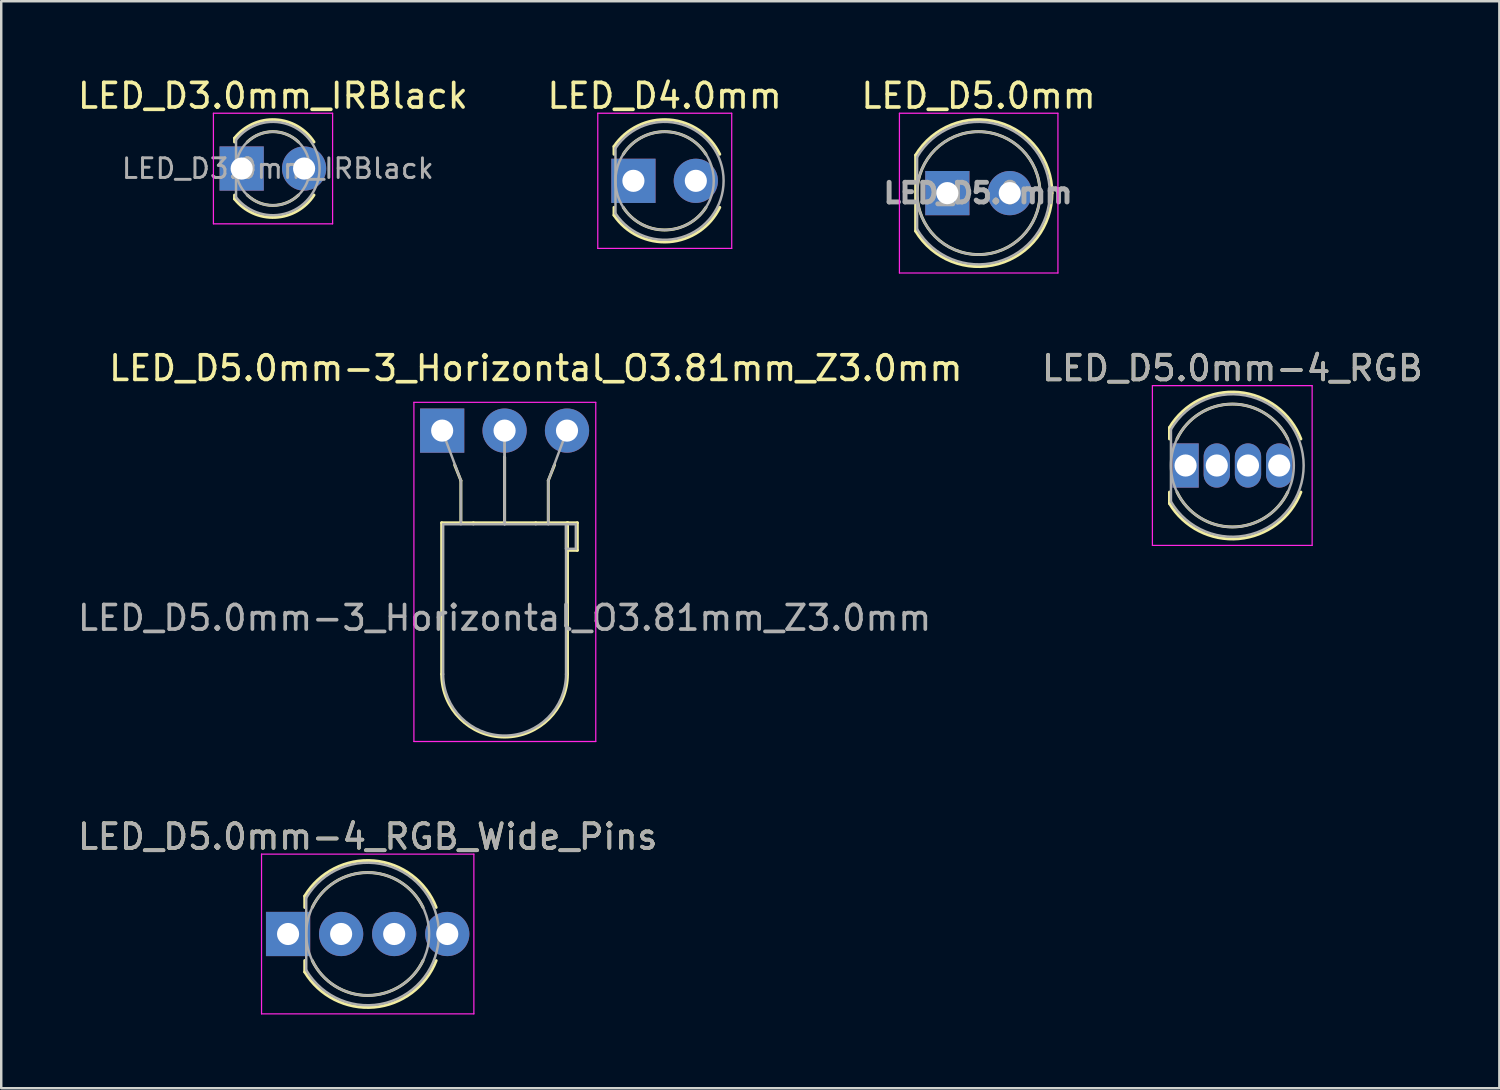
<source format=kicad_pcb>
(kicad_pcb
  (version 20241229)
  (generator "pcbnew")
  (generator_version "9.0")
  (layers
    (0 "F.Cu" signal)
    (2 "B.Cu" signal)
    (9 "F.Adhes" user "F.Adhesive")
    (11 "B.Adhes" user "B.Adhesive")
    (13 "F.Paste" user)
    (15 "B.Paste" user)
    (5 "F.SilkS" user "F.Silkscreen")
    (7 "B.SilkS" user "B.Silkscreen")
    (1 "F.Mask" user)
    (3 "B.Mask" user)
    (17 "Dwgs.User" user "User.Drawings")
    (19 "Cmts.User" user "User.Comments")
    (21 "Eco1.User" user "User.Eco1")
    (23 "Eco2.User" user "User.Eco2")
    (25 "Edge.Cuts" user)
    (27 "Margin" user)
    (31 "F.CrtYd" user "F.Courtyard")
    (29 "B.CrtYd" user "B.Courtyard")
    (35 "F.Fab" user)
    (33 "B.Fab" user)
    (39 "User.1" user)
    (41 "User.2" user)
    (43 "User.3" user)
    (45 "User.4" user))
  (footprint "LED_D5.0mm"
    (layer "F.Cu")
    (at 35.498 4.808)
    (property "Reference" "LED_D5.0mm" (at 1.27 -3.96 0) (layer "F.SilkS") (effects (font (size 1 1) (thickness 0.15))))
    (attr through_hole)
    (fp_line (start -1.29 -1.545) (end -1.29 1.545) (stroke (width 0.12) (type solid)) (layer "F.SilkS"))
    (fp_arc (start -1.29 -1.54483) (mid 2.072002 -2.880433) (end 4.26 0.000462) (stroke (width 0.12) (type solid)) (layer "F.SilkS"))
    (fp_arc (start 4.26 -0.000462) (mid 2.072002 2.880433) (end -1.29 1.54483) (stroke (width 0.12) (type solid)) (layer "F.SilkS"))
    (fp_circle (center 1.27 0) (end 3.77 0) (stroke (width 0.12) (type solid)) (fill no) (layer "F.SilkS"))
    (fp_line (start -1.95 -3.25) (end -1.95 3.25) (stroke (width 0.05) (type solid)) (layer "F.CrtYd"))
    (fp_line (start -1.95 3.25) (end 4.5 3.25) (stroke (width 0.05) (type solid)) (layer "F.CrtYd"))
    (fp_line (start 4.5 -3.25) (end -1.95 -3.25) (stroke (width 0.05) (type solid)) (layer "F.CrtYd"))
    (fp_line (start 4.5 3.25) (end 4.5 -3.25) (stroke (width 0.05) (type solid)) (layer "F.CrtYd"))
    (fp_line (start -1.23 -1.47) (end -1.23 1.47) (stroke (width 0.1) (type solid)) (layer "F.Fab"))
    (fp_arc (start -1.23 -1.469694) (mid 4.17 0.000016) (end -1.230016 1.469666) (stroke (width 0.1) (type solid)) (layer "F.Fab"))
    (fp_circle (center 1.27 0) (end 3.77 0) (stroke (width 0.1) (type solid)) (fill no) (layer "F.Fab"))
    (fp_text user "${REFERENCE}" (at 1.25 0 0) (layer "F.Fab") (effects (font (size 0.8 0.8) (thickness 0.2))))
    (pad "1" thru_hole rect (at 0 0) (size 1.8 1.8) (drill 0.9) (layers "*.Cu" "*.Mask"))
    (pad "2" thru_hole circle (at 2.54 0) (size 1.8 1.8) (drill 0.9) (layers "*.Cu" "*.Mask")))
  (footprint "LED_D5.0mm-4_RGB_Wide_Pins"
    (layer "F.Cu")
    (at 8.672 34.955)
    (property "Reference" "LED_D5.0mm-4_RGB_Wide_Pins" (at 3.239 -3.96 0) (layer "F.SilkS") (effects (font (size 1 1) (thickness 0.15))))
    (attr through_hole)
    (fp_line (start 0.678 -1.545) (end 0.678 -1.08) (stroke (width 0.12) (type solid)) (layer "F.SilkS"))
    (fp_line (start 0.678 1.08) (end 0.678 1.545) (stroke (width 0.12) (type solid)) (layer "F.SilkS"))
    (fp_arc (start 0.6785 -1.54483) (mid 3.496956 -2.978809) (end 6.026315 -1.080827) (stroke (width 0.12) (type solid)) (layer "F.SilkS"))
    (fp_arc (start 0.983816 -1.08) (mid 3.238262 -2.5) (end 5.492979 -1.080429) (stroke (width 0.12) (type solid)) (layer "F.SilkS"))
    (fp_arc (start 5.492979 1.080429) (mid 3.238262 2.5) (end 0.983816 1.08) (stroke (width 0.12) (type solid)) (layer "F.SilkS"))
    (fp_arc (start 6.026315 1.080827) (mid 3.496956 2.978808) (end 0.6785 1.54483) (stroke (width 0.12) (type solid)) (layer "F.SilkS"))
    (fp_line (start -1.08 -3.25) (end -1.08 3.25) (stroke (width 0.05) (type solid)) (layer "F.CrtYd"))
    (fp_line (start -1.08 3.25) (end 7.56 3.25) (stroke (width 0.05) (type solid)) (layer "F.CrtYd"))
    (fp_line (start 7.56 -3.25) (end -1.08 -3.25) (stroke (width 0.05) (type solid)) (layer "F.CrtYd"))
    (fp_line (start 7.56 3.25) (end 7.56 -3.25) (stroke (width 0.05) (type solid)) (layer "F.CrtYd"))
    (fp_line (start 0.739 -1.47) (end 0.739 1.47) (stroke (width 0.1) (type solid)) (layer "F.Fab"))
    (fp_arc (start 0.7385 -1.469694) (mid 6.1385 0.000016) (end 0.738484 1.469666) (stroke (width 0.1) (type solid)) (layer "F.Fab"))
    (fp_circle (center 3.239 0) (end 5.739 0) (stroke (width 0.1) (type solid)) (fill no) (layer "F.Fab"))
    (fp_text user "${REFERENCE}" (at 3.239 -3.96 0) (layer "F.Fab") (effects (font (size 1 1) (thickness 0.15))))
    (pad "1" thru_hole rect (at 0 0) (size 1.8 1.8) (drill 0.9) (layers "*.Cu" "*.Mask"))
    (pad "2" thru_hole circle (at 2.159 0) (size 1.8 1.8) (drill 0.9) (layers "*.Cu" "*.Mask"))
    (pad "3" thru_hole circle (at 4.318 0) (size 1.8 1.8) (drill 0.9) (layers "*.Cu" "*.Mask"))
    (pad "4" thru_hole circle (at 6.477 0) (size 1.8 1.8) (drill 0.9) (layers "*.Cu" "*.Mask")))
  (footprint "LED_D3.0mm_IRBlack"
    (layer "F.Cu")
    (at 6.784 3.808)
    (property "Reference" "LED_D3.0mm_IRBlack" (at 1.27 -2.96 0) (layer "F.SilkS") (effects (font (size 1 1) (thickness 0.15))))
    (attr through_hole)
    (fp_line (start -0.29 -1.236) (end -0.29 -1.08) (stroke (width 0.12) (type solid)) (layer "F.SilkS"))
    (fp_line (start -0.29 1.08) (end -0.29 1.236) (stroke (width 0.12) (type solid)) (layer "F.SilkS"))
    (fp_arc (start -0.29 -1.235516) (mid 1.366487 -1.987659) (end 2.942335 -1.078608) (stroke (width 0.12) (type solid)) (layer "F.SilkS"))
    (fp_arc (start 0.229039 -1.08) (mid 1.270117 -1.5) (end 2.31113 -1.079837) (stroke (width 0.12) (type solid)) (layer "F.SilkS"))
    (fp_arc (start 2.31113 1.079837) (mid 1.270117 1.5) (end 0.229039 1.08) (stroke (width 0.12) (type solid)) (layer "F.SilkS"))
    (fp_arc (start 2.942335 1.078608) (mid 1.366487 1.987659) (end -0.29 1.235516) (stroke (width 0.12) (type solid)) (layer "F.SilkS"))
    (fp_line (start -1.15 -2.25) (end -1.15 2.25) (stroke (width 0.05) (type solid)) (layer "F.CrtYd"))
    (fp_line (start -1.15 2.25) (end 3.7 2.25) (stroke (width 0.05) (type solid)) (layer "F.CrtYd"))
    (fp_line (start 3.7 -2.25) (end -1.15 -2.25) (stroke (width 0.05) (type solid)) (layer "F.CrtYd"))
    (fp_line (start 3.7 2.25) (end 3.7 -2.25) (stroke (width 0.05) (type solid)) (layer "F.CrtYd"))
    (fp_line (start -0.23 -1.166) (end -0.23 1.166) (stroke (width 0.1) (type solid)) (layer "F.Fab"))
    (fp_arc (start -0.23 -1.16619) (mid 3.17 0.000452) (end -0.230555 1.165476) (stroke (width 0.1) (type solid)) (layer "F.Fab"))
    (fp_circle (center 1.27 0) (end 2.77 0) (stroke (width 0.1) (type solid)) (fill no) (layer "F.Fab"))
    (fp_text user "${REFERENCE}" (at 1.47 0 0) (layer "F.Fab") (effects (font (size 0.8 0.8) (thickness 0.12))))
    (pad "1" thru_hole rect (at 0 0) (size 1.8 1.8) (drill 0.9) (layers "*.Cu" "*.Mask"))
    (pad "2" thru_hole circle (at 2.54 0) (size 1.8 1.8) (drill 0.9) (layers "*.Cu" "*.Mask")))
  (footprint "LED_D4.0mm"
    (layer "F.Cu")
    (at 22.724 4.308)
    (property "Reference" "LED_D4.0mm" (at 1.27 -3.46 0) (layer "F.SilkS") (effects (font (size 1 1) (thickness 0.15))))
    (attr through_hole)
    (fp_line (start -0.79 -1.399) (end -0.79 -1.08) (stroke (width 0.12) (type solid)) (layer "F.SilkS"))
    (fp_line (start -0.79 1.08) (end -0.79 1.399) (stroke (width 0.12) (type solid)) (layer "F.SilkS"))
    (fp_arc (start -0.79 -1.398749) (mid 1.453519 -2.483228) (end 3.513242 -1.080724) (stroke (width 0.12) (type solid)) (layer "F.SilkS"))
    (fp_arc (start -0.41333 -1.08) (mid 1.269429 -2) (end 2.952713 -1.080961) (stroke (width 0.12) (type solid)) (layer "F.SilkS"))
    (fp_arc (start 2.952713 1.080961) (mid 1.269429 2) (end -0.41333 1.08) (stroke (width 0.12) (type solid)) (layer "F.SilkS"))
    (fp_arc (start 3.513242 1.080724) (mid 1.453519 2.483228) (end -0.79 1.398749) (stroke (width 0.12) (type solid)) (layer "F.SilkS"))
    (fp_line (start -1.45 -2.75) (end -1.45 2.75) (stroke (width 0.05) (type solid)) (layer "F.CrtYd"))
    (fp_line (start -1.45 2.75) (end 4 2.75) (stroke (width 0.05) (type solid)) (layer "F.CrtYd"))
    (fp_line (start 4 -2.75) (end -1.45 -2.75) (stroke (width 0.05) (type solid)) (layer "F.CrtYd"))
    (fp_line (start 4 2.75) (end 4 -2.75) (stroke (width 0.05) (type solid)) (layer "F.CrtYd"))
    (fp_line (start -0.73 -1.327) (end -0.73 1.327) (stroke (width 0.1) (type solid)) (layer "F.Fab"))
    (fp_arc (start -0.73 -1.32665) (mid 3.67 0.000306) (end -0.730339 1.32614) (stroke (width 0.1) (type solid)) (layer "F.Fab"))
    (fp_circle (center 1.27 0) (end 3.27 0) (stroke (width 0.1) (type solid)) (fill no) (layer "F.Fab"))
    (pad "1" thru_hole rect (at 0 0) (size 1.8 1.8) (drill 0.9) (layers "*.Cu" "*.Mask"))
    (pad "2" thru_hole circle (at 2.54 0) (size 1.8 1.8) (drill 0.9) (layers "*.Cu" "*.Mask")))
  (footprint "LED_D5.0mm-4_RGB"
    (layer "F.Cu")
    (at 45.192 15.892)
    (property "Reference" "LED_D5.0mm-4_RGB" (at 1.905 -3.96 0) (layer "F.SilkS") (effects (font (size 1 1) (thickness 0.15))))
    (attr through_hole)
    (fp_line (start -0.655 -1.545) (end -0.655 -1.08) (stroke (width 0.12) (type solid)) (layer "F.SilkS"))
    (fp_line (start -0.655 1.08) (end -0.655 1.545) (stroke (width 0.12) (type solid)) (layer "F.SilkS"))
    (fp_arc (start -0.655 -1.54483) (mid 2.163456 -2.978809) (end 4.692815 -1.080827) (stroke (width 0.12) (type solid)) (layer "F.SilkS"))
    (fp_arc (start -0.349684 -1.08) (mid 1.904762 -2.5) (end 4.159479 -1.080429) (stroke (width 0.12) (type solid)) (layer "F.SilkS"))
    (fp_arc (start 4.159479 1.080429) (mid 1.904762 2.5) (end -0.349684 1.08) (stroke (width 0.12) (type solid)) (layer "F.SilkS"))
    (fp_arc (start 4.692815 1.080827) (mid 2.163456 2.978808) (end -0.655 1.54483) (stroke (width 0.12) (type solid)) (layer "F.SilkS"))
    (fp_line (start -1.35 -3.25) (end -1.35 3.25) (stroke (width 0.05) (type solid)) (layer "F.CrtYd"))
    (fp_line (start -1.35 3.25) (end 5.15 3.25) (stroke (width 0.05) (type solid)) (layer "F.CrtYd"))
    (fp_line (start 5.15 -3.25) (end -1.35 -3.25) (stroke (width 0.05) (type solid)) (layer "F.CrtYd"))
    (fp_line (start 5.15 3.25) (end 5.15 -3.25) (stroke (width 0.05) (type solid)) (layer "F.CrtYd"))
    (fp_line (start -0.595 -1.47) (end -0.595 1.47) (stroke (width 0.1) (type solid)) (layer "F.Fab"))
    (fp_arc (start -0.595 -1.469694) (mid 4.805 0.000016) (end -0.595016 1.469666) (stroke (width 0.1) (type solid)) (layer "F.Fab"))
    (fp_circle (center 1.905 0) (end 4.405 0) (stroke (width 0.1) (type solid)) (fill no) (layer "F.Fab"))
    (fp_text user "${REFERENCE}" (at 1.905 -3.96 0) (layer "F.Fab") (effects (font (size 1 1) (thickness 0.15))))
    (pad "1" thru_hole rect (at 0 0) (size 1.07 1.8) (drill 0.9) (layers "*.Cu" "*.Mask"))
    (pad "2" thru_hole oval (at 1.27 0) (size 1.07 1.8) (drill 0.9) (layers "*.Cu" "*.Mask"))
    (pad "3" thru_hole oval (at 2.54 0) (size 1.07 1.8) (drill 0.9) (layers "*.Cu" "*.Mask"))
    (pad "4" thru_hole oval (at 3.81 0) (size 1.07 1.8) (drill 0.9) (layers "*.Cu" "*.Mask")))
  (footprint "LED_D5.0mm-3_Horizontal_O3.81mm_Z3.0mm"
    (layer "F.Cu")
    (at 14.942 14.472)
    (property "Reference" "LED_D5.0mm-3_Horizontal_O3.81mm_Z3.0mm" (at 3.81 -2.54 0) (layer "F.SilkS") (effects (font (size 1 1) (thickness 0.15))))
    (attr through_hole)
    (fp_line (start -0.02 3.75) (end -0.02 9.91) (stroke (width 0.12) (type solid)) (layer "F.SilkS"))
    (fp_line (start -0.02 3.75) (end 5.1 3.75) (stroke (width 0.12) (type solid)) (layer "F.SilkS"))
    (fp_line (start 0.762 2.032) (end 0.508 1.397) (stroke (width 0.12) (type solid)) (layer "F.SilkS"))
    (fp_line (start 0.762 2.032) (end 0.762 3.75) (stroke (width 0.12) (type solid)) (layer "F.SilkS"))
    (fp_line (start 1.27 3.75) (end 1.27 3.75) (stroke (width 0.12) (type solid)) (layer "F.SilkS"))
    (fp_line (start 2.54 1.08) (end 2.54 1.08) (stroke (width 0.12) (type solid)) (layer "F.SilkS"))
    (fp_line (start 2.54 1.08) (end 2.54 3.75) (stroke (width 0.12) (type solid)) (layer "F.SilkS"))
    (fp_line (start 2.54 3.75) (end 2.54 1.08) (stroke (width 0.12) (type solid)) (layer "F.SilkS"))
    (fp_line (start 3.81 3.75) (end 3.81 3.75) (stroke (width 0.12) (type solid)) (layer "F.SilkS"))
    (fp_line (start 4.318 2.032) (end 4.572 1.397) (stroke (width 0.12) (type solid)) (layer "F.SilkS"))
    (fp_line (start 4.318 3.75) (end 4.318 2.032) (stroke (width 0.12) (type solid)) (layer "F.SilkS"))
    (fp_line (start 5.1 3.75) (end 5.1 9.91) (stroke (width 0.12) (type solid)) (layer "F.SilkS"))
    (fp_line (start 5.1 3.75) (end 5.5 3.75) (stroke (width 0.12) (type solid)) (layer "F.SilkS"))
    (fp_line (start 5.1 4.87) (end 5.1 3.75) (stroke (width 0.12) (type solid)) (layer "F.SilkS"))
    (fp_line (start 5.5 3.75) (end 5.5 4.87) (stroke (width 0.12) (type solid)) (layer "F.SilkS"))
    (fp_line (start 5.5 4.87) (end 5.1 4.87) (stroke (width 0.12) (type solid)) (layer "F.SilkS"))
    (fp_arc (start 5.1 9.91) (mid 2.54 12.47) (end -0.02 9.91) (stroke (width 0.12) (type solid)) (layer "F.SilkS"))
    (fp_line (start -1.15 -1.15) (end -1.15 12.65) (stroke (width 0.05) (type solid)) (layer "F.CrtYd"))
    (fp_line (start -1.15 12.65) (end 6.25 12.65) (stroke (width 0.05) (type solid)) (layer "F.CrtYd"))
    (fp_line (start 6.25 -1.15) (end -1.15 -1.15) (stroke (width 0.05) (type solid)) (layer "F.CrtYd"))
    (fp_line (start 6.25 12.65) (end 6.25 -1.15) (stroke (width 0.05) (type solid)) (layer "F.CrtYd"))
    (fp_line (start 0.04 3.81) (end 0.04 9.91) (stroke (width 0.1) (type solid)) (layer "F.Fab"))
    (fp_line (start 0.04 3.81) (end 5.04 3.81) (stroke (width 0.1) (type solid)) (layer "F.Fab"))
    (fp_line (start 0.762 2.032) (end 0 0) (stroke (width 0.1) (type solid)) (layer "F.Fab"))
    (fp_line (start 0.762 3.81) (end 0.762 2.032) (stroke (width 0.1) (type solid)) (layer "F.Fab"))
    (fp_line (start 1.27 3.81) (end 1.27 3.81) (stroke (width 0.1) (type solid)) (layer "F.Fab"))
    (fp_line (start 2.54 0) (end 2.54 0) (stroke (width 0.1) (type solid)) (layer "F.Fab"))
    (fp_line (start 2.54 0) (end 2.54 3.81) (stroke (width 0.1) (type solid)) (layer "F.Fab"))
    (fp_line (start 2.54 3.81) (end 2.54 0) (stroke (width 0.1) (type solid)) (layer "F.Fab"))
    (fp_line (start 3.81 3.81) (end 3.81 3.81) (stroke (width 0.1) (type solid)) (layer "F.Fab"))
    (fp_line (start 4.318 2.032) (end 4.318 3.81) (stroke (width 0.1) (type solid)) (layer "F.Fab"))
    (fp_line (start 4.318 2.032) (end 5.08 0) (stroke (width 0.1) (type solid)) (layer "F.Fab"))
    (fp_line (start 5.04 3.81) (end 5.04 9.91) (stroke (width 0.1) (type solid)) (layer "F.Fab"))
    (fp_line (start 5.04 3.81) (end 5.44 3.81) (stroke (width 0.1) (type solid)) (layer "F.Fab"))
    (fp_line (start 5.04 4.81) (end 5.04 3.81) (stroke (width 0.1) (type solid)) (layer "F.Fab"))
    (fp_line (start 5.08 0) (end 5.08 0) (stroke (width 0.1) (type solid)) (layer "F.Fab"))
    (fp_line (start 5.44 3.81) (end 5.44 4.81) (stroke (width 0.1) (type solid)) (layer "F.Fab"))
    (fp_line (start 5.44 4.81) (end 5.04 4.81) (stroke (width 0.1) (type solid)) (layer "F.Fab"))
    (fp_arc (start 5.04 9.91) (mid 2.54 12.41) (end 0.04 9.91) (stroke (width 0.1) (type solid)) (layer "F.Fab"))
    (fp_text user "${REFERENCE}" (at 2.54 7.62 0) (layer "F.Fab") (effects (font (size 1 1) (thickness 0.15))))
    (pad "1" thru_hole rect (at 0 0) (size 1.8 1.8) (drill 0.9) (layers "*.Cu" "*.Mask"))
    (pad "2" thru_hole circle (at 2.54 0) (size 1.8 1.8) (drill 0.9) (layers "*.Cu" "*.Mask"))
    (pad "3" thru_hole circle (at 5.08 0) (size 1.8 1.8) (drill 0.9) (layers "*.Cu" "*.Mask")))
  (gr_rect
    (start -3 -3)
    (end 57.96 41.23)
    (stroke (width 0.1) (type default))
    (fill no)
    (layer "Edge.Cuts")))
</source>
